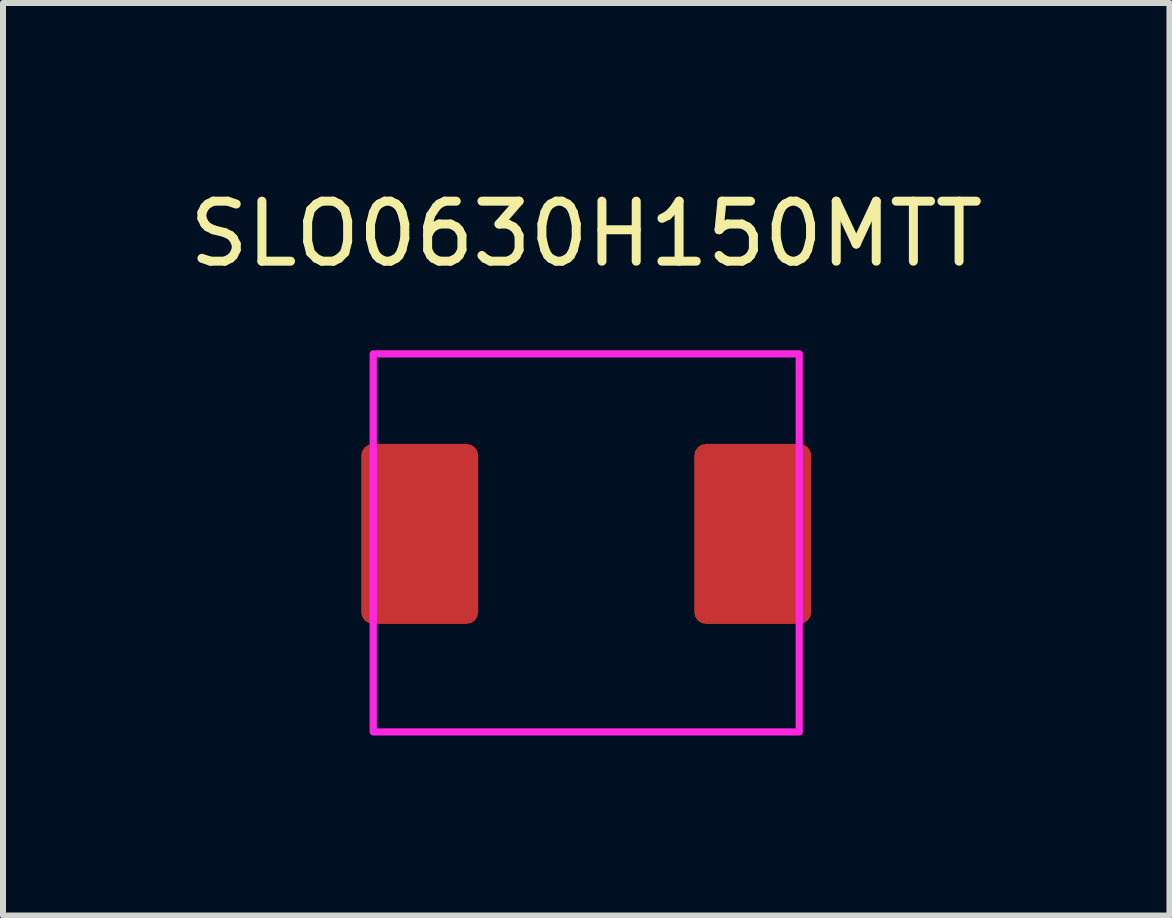
<source format=kicad_pcb>
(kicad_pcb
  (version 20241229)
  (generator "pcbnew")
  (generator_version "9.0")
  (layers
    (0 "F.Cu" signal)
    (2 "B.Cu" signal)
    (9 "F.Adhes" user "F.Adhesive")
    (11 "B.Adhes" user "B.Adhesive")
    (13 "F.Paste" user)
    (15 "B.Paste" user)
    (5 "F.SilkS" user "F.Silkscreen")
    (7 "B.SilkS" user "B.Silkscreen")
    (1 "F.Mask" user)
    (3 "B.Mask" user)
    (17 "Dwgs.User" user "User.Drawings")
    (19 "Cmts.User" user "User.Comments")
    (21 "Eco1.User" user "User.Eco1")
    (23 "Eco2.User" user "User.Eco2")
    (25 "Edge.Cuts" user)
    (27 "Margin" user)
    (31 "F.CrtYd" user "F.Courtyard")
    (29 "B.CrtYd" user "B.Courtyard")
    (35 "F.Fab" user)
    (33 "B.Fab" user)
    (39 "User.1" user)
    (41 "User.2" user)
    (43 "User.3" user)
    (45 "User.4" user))
  (footprint "SLO0630H150MTT"
    (layer "F.Cu")
    (at 6.72 5.848)
    (property "Reference" "SLO0630H150MTT" (at 0 -5 0) (unlocked yes) (layer "F.SilkS") (effects (font (size 1 1) (thickness 0.15))))
    (attr smd)
    (fp_rect (start 3.55 3.3) (end -3.55 -3) (stroke (width 0.12) (type solid)) (fill no) (layer "F.CrtYd"))
    (pad "1" smd roundrect (at -2.775 0) (size 1.95 3) (layers "F.Cu" "F.Mask" "F.Paste") (roundrect_rratio 0.1))
    (pad "2" smd roundrect (at 2.775 0) (size 1.95 3) (layers "F.Cu" "F.Mask" "F.Paste") (roundrect_rratio 0.1)))
  (gr_rect
    (start -3 -3)
    (end 16.44 12.208)
    (stroke (width 0.1) (type default))
    (fill no)
    (layer "Edge.Cuts")))
</source>
